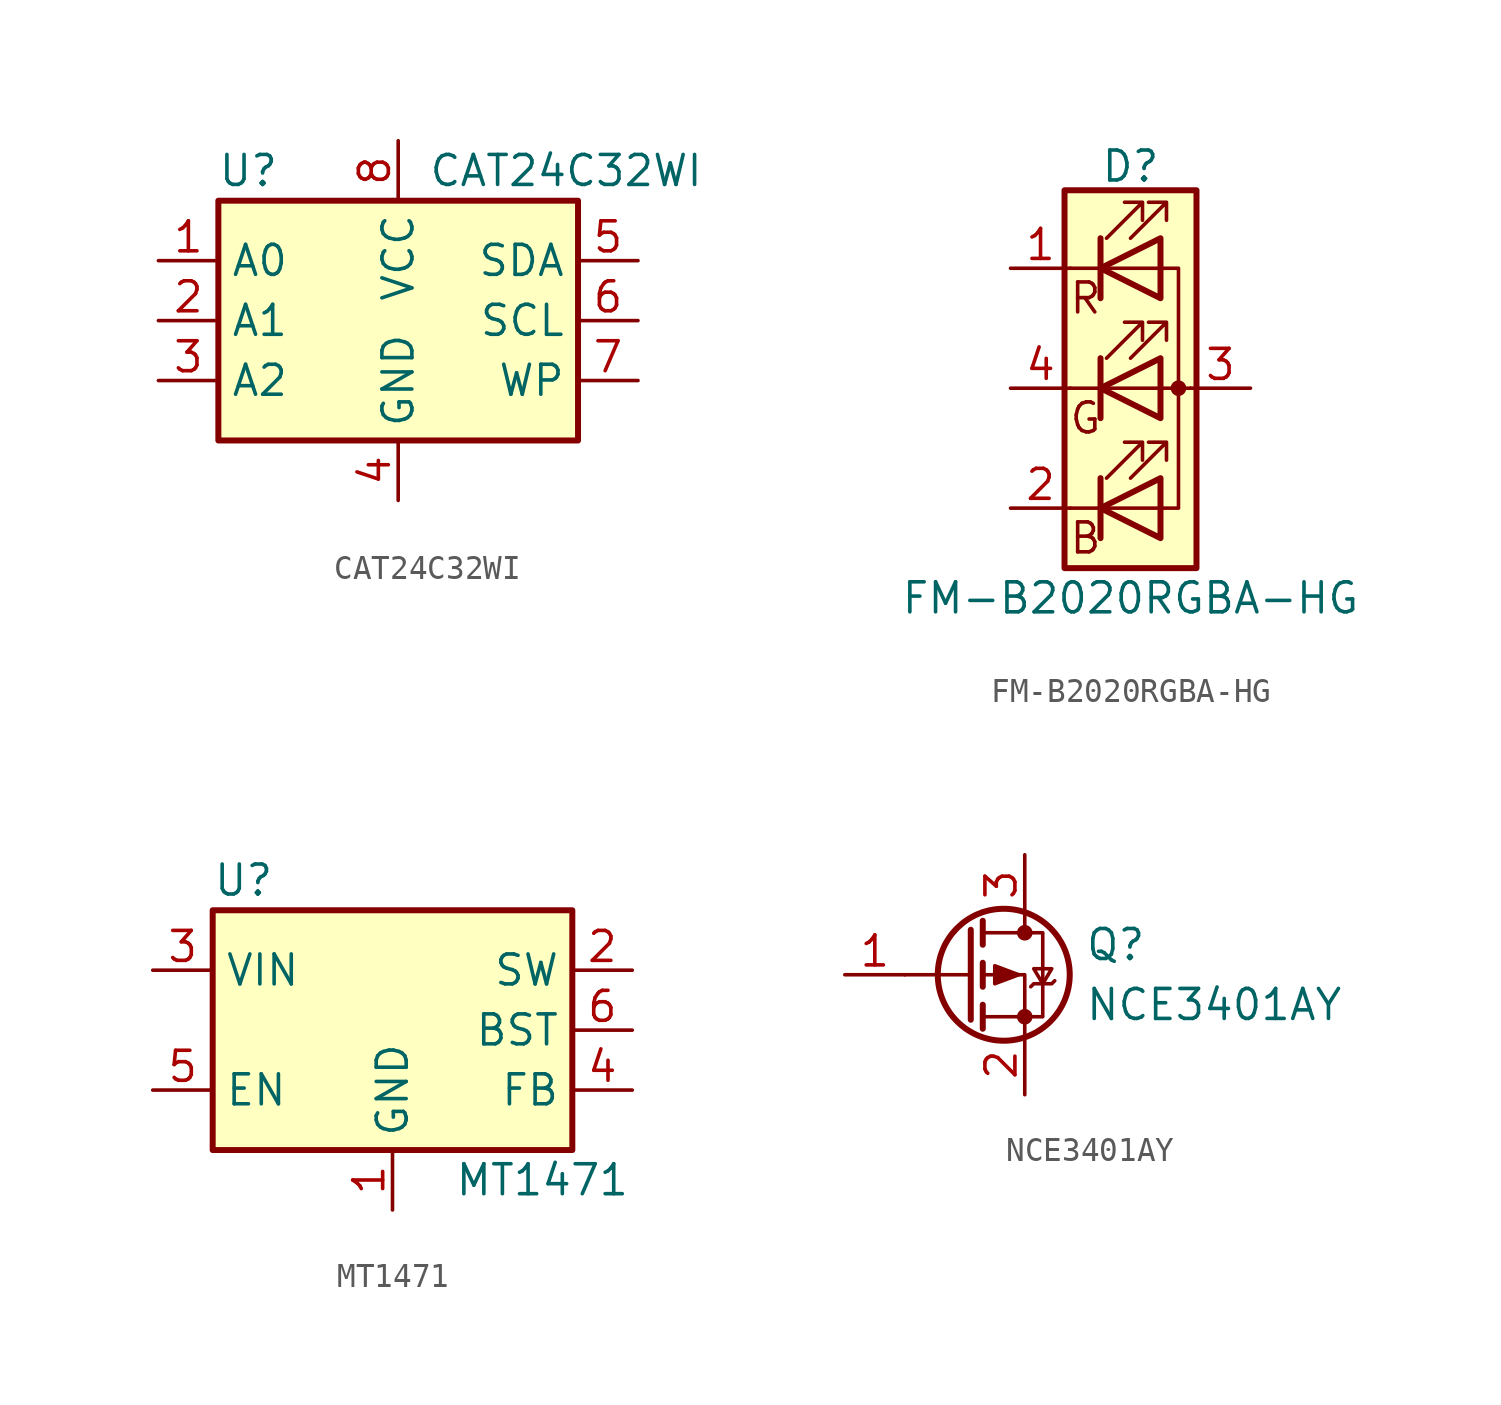
<source format=kicad_sym>
(kicad_symbol_lib
  (version 20231120)
  (generator "kicad_symbol_editor")
  (generator_version "8.0")
  (symbol "CAT24C32WI"
    (property "Reference" "U"
      (at -6.35 6.35 0)
      (effects (font (size 1.27 1.27))))
    (property "Value" "CAT24C32WI"
      (at 1.27 6.35 0)
      (effects (font (size 1.27 1.27)) (justify left)))
    (symbol "CAT24C32WI_1_1"
      (rectangle (start -7.62 5.08) (end 7.62 -5.08) (stroke (width 0.254) (type default)) (fill (type background)))
      (pin input line (at -10.16 2.54 0) (length 2.54) (name "A0" (effects (font (size 1.27 1.27)))) (number "1" (effects (font (size 1.27 1.27)))))
      (pin input line (at -10.16 0 0) (length 2.54) (name "A1" (effects (font (size 1.27 1.27)))) (number "2" (effects (font (size 1.27 1.27)))))
      (pin input line (at -10.16 -2.54 0) (length 2.54) (name "A2" (effects (font (size 1.27 1.27)))) (number "3" (effects (font (size 1.27 1.27)))))
      (pin power_in line (at 0 -7.62 90) (length 2.54) (name "GND" (effects (font (size 1.27 1.27)))) (number "4" (effects (font (size 1.27 1.27)))))
      (pin bidirectional line (at 10.16 2.54 180) (length 2.54) (name "SDA" (effects (font (size 1.27 1.27)))) (number "5" (effects (font (size 1.27 1.27)))))
      (pin input line (at 10.16 0 180) (length 2.54) (name "SCL" (effects (font (size 1.27 1.27)))) (number "6" (effects (font (size 1.27 1.27)))))
      (pin input line (at 10.16 -2.54 180) (length 2.54) (name "WP" (effects (font (size 1.27 1.27)))) (number "7" (effects (font (size 1.27 1.27)))))
      (pin power_in line (at 0 7.62 270) (length 2.54) (name "VCC" (effects (font (size 1.27 1.27)))) (number "8" (effects (font (size 1.27 1.27)))))))
  (symbol "FM-B2020RGBA-HG"
    (pin_names
      (offset 0) hide)
    (property "Reference" "D"
      (at 0 9.398 0)
      (effects (font (size 1.27 1.27))))
    (property "Value" "FM-B2020RGBA-HG"
      (at 0 -8.89 0)
      (effects (font (size 1.27 1.27))))
    (symbol "FM-B2020RGBA-HG_0_0"
      (text "B" (at -1.905 -6.35 0) (effects (font (size 1.27 1.27))))
      (text "G" (at -1.905 -1.27 0) (effects (font (size 1.27 1.27))))
      (text "R" (at -1.905 3.81 0) (effects (font (size 1.27 1.27)))))
    (symbol "FM-B2020RGBA-HG_0_1"
      (polyline (pts (xy -1.27 -5.08) (xy -2.54 -5.08)) (stroke (width 0) (type default)) (fill (type none)))
      (polyline (pts (xy -1.27 -5.08) (xy 1.27 -5.08)) (stroke (width 0) (type default)) (fill (type none)))
      (polyline (pts (xy -1.27 -3.81) (xy -1.27 -6.35)) (stroke (width 0.254) (type default)) (fill (type none)))
      (polyline (pts (xy -1.27 0) (xy -2.54 0)) (stroke (width 0) (type default)) (fill (type none)))
      (polyline (pts (xy -1.27 1.27) (xy -1.27 -1.27)) (stroke (width 0.254) (type default)) (fill (type none)))
      (polyline (pts (xy -1.27 5.08) (xy -2.54 5.08)) (stroke (width 0) (type default)) (fill (type none)))
      (polyline (pts (xy -1.27 5.08) (xy 1.27 5.08)) (stroke (width 0) (type default)) (fill (type none)))
      (polyline (pts (xy -1.27 6.35) (xy -1.27 3.81)) (stroke (width 0.254) (type default)) (fill (type none)))
      (polyline (pts (xy 1.27 0) (xy -1.27 0)) (stroke (width 0) (type default)) (fill (type none)))
      (polyline (pts (xy 1.27 0) (xy 2.54 0)) (stroke (width 0) (type default)) (fill (type none)))
      (polyline (pts (xy -1.27 1.27) (xy -1.27 -1.27) (xy -1.27 -1.27)) (stroke (width 0) (type default)) (fill (type none)))
      (polyline (pts (xy -1.27 6.35) (xy -1.27 3.81) (xy -1.27 3.81)) (stroke (width 0) (type default)) (fill (type none)))
      (polyline (pts (xy 1.27 -5.08) (xy 2.032 -5.08) (xy 2.032 5.08) (xy 1.27 5.08)) (stroke (width 0) (type default)) (fill (type none)))
      (polyline (pts (xy 1.27 -3.81) (xy 1.27 -6.35) (xy -1.27 -5.08) (xy 1.27 -3.81)) (stroke (width 0.254) (type default)) (fill (type none)))
      (polyline (pts (xy 1.27 1.27) (xy 1.27 -1.27) (xy -1.27 0) (xy 1.27 1.27)) (stroke (width 0.254) (type default)) (fill (type none)))
      (polyline (pts (xy 1.27 6.35) (xy 1.27 3.81) (xy -1.27 5.08) (xy 1.27 6.35)) (stroke (width 0.254) (type default)) (fill (type none)))
      (polyline (pts (xy -1.016 -3.81) (xy 0.508 -2.286) (xy -0.254 -2.286) (xy 0.508 -2.286) (xy 0.508 -3.048)) (stroke (width 0) (type default)) (fill (type none)))
      (polyline (pts (xy -1.016 1.27) (xy 0.508 2.794) (xy -0.254 2.794) (xy 0.508 2.794) (xy 0.508 2.032)) (stroke (width 0) (type default)) (fill (type none)))
      (polyline (pts (xy -1.016 6.35) (xy 0.508 7.874) (xy -0.254 7.874) (xy 0.508 7.874) (xy 0.508 7.112)) (stroke (width 0) (type default)) (fill (type none)))
      (polyline (pts (xy 0 -3.81) (xy 1.524 -2.286) (xy 0.762 -2.286) (xy 1.524 -2.286) (xy 1.524 -3.048)) (stroke (width 0) (type default)) (fill (type none)))
      (polyline (pts (xy 0 1.27) (xy 1.524 2.794) (xy 0.762 2.794) (xy 1.524 2.794) (xy 1.524 2.032)) (stroke (width 0) (type default)) (fill (type none)))
      (polyline (pts (xy 0 6.35) (xy 1.524 7.874) (xy 0.762 7.874) (xy 1.524 7.874) (xy 1.524 7.112)) (stroke (width 0) (type default)) (fill (type none)))
      (rectangle (start 1.27 -1.27) (end 1.27 1.27) (stroke (width 0) (type default)) (fill (type none)))
      (rectangle (start 1.27 1.27) (end 1.27 1.27) (stroke (width 0) (type default)) (fill (type none)))
      (rectangle (start 1.27 3.81) (end 1.27 6.35) (stroke (width 0) (type default)) (fill (type none)))
      (rectangle (start 1.27 6.35) (end 1.27 6.35) (stroke (width 0) (type default)) (fill (type none)))
      (circle (center 2.032 0) (radius 0.254) (stroke (width 0) (type default)) (fill (type outline)))
      (rectangle (start 2.794 8.382) (end -2.794 -7.62) (stroke (width 0.254) (type default)) (fill (type background))))
    (symbol "FM-B2020RGBA-HG_1_1"
      (pin passive line (at -5.08 5.08 0) (length 2.54) (name "RK" (effects (font (size 1.27 1.27)))) (number "1" (effects (font (size 1.27 1.27)))))
      (pin passive line (at -5.08 -5.08 0) (length 2.54) (name "BK" (effects (font (size 1.27 1.27)))) (number "2" (effects (font (size 1.27 1.27)))))
      (pin passive line (at 5.08 0 180) (length 2.54) (name "A" (effects (font (size 1.27 1.27)))) (number "3" (effects (font (size 1.27 1.27)))))
      (pin passive line (at -5.08 0 0) (length 2.54) (name "GK" (effects (font (size 1.27 1.27)))) (number "4" (effects (font (size 1.27 1.27)))))))
  (symbol "MT1471"
    (property "Reference" "U"
      (at -7.62 6.35 0)
      (effects (font (size 1.27 1.27)) (justify left)))
    (property "Value" "MT1471"
      (at 6.35 -6.35 0)
      (effects (font (size 1.27 1.27))))
    (symbol "MT1471_0_1"
      (rectangle (start -7.62 5.08) (end 7.62 -5.08) (stroke (width 0.254) (type default)) (fill (type background))))
    (symbol "MT1471_1_1"
      (pin power_in line (at 0 -7.62 90) (length 2.54) (name "GND" (effects (font (size 1.27 1.27)))) (number "1" (effects (font (size 1.27 1.27)))))
      (pin output line (at 10.16 2.54 180) (length 2.54) (name "SW" (effects (font (size 1.27 1.27)))) (number "2" (effects (font (size 1.27 1.27)))))
      (pin power_in line (at -10.16 2.54 0) (length 2.54) (name "VIN" (effects (font (size 1.27 1.27)))) (number "3" (effects (font (size 1.27 1.27)))))
      (pin input line (at 10.16 -2.54 180) (length 2.54) (name "FB" (effects (font (size 1.27 1.27)))) (number "4" (effects (font (size 1.27 1.27)))))
      (pin input line (at -10.16 -2.54 0) (length 2.54) (name "EN" (effects (font (size 1.27 1.27)))) (number "5" (effects (font (size 1.27 1.27)))))
      (pin passive line (at 10.16 0 180) (length 2.54) (name "BST" (effects (font (size 1.27 1.27)))) (number "6" (effects (font (size 1.27 1.27)))))))
  (symbol "NCE3401AY"
    (pin_names
      (offset 0) hide)
    (property "Reference" "Q"
      (at 5.08 1.27 0)
      (effects (font (size 1.27 1.27)) (justify left)))
    (property "Value" "NCE3401AY"
      (at 5.08 -1.27 0)
      (effects (font (size 1.27 1.27)) (justify left)))
    (symbol "NCE3401AY_0_1"
      (polyline (pts (xy 0.254 0) (xy -2.54 0)) (stroke (width 0) (type default)) (fill (type none)))
      (polyline (pts (xy 0.254 1.905) (xy 0.254 -1.905)) (stroke (width 0.254) (type default)) (fill (type none)))
      (polyline (pts (xy 0.762 -1.27) (xy 0.762 -2.286)) (stroke (width 0.254) (type default)) (fill (type none)))
      (polyline (pts (xy 0.762 0.508) (xy 0.762 -0.508)) (stroke (width 0.254) (type default)) (fill (type none)))
      (polyline (pts (xy 0.762 2.286) (xy 0.762 1.27)) (stroke (width 0.254) (type default)) (fill (type none)))
      (polyline (pts (xy 2.54 2.54) (xy 2.54 1.778)) (stroke (width 0) (type default)) (fill (type none)))
      (polyline (pts (xy 2.54 -2.54) (xy 2.54 0) (xy 0.762 0)) (stroke (width 0) (type default)) (fill (type none)))
      (polyline (pts (xy 0.762 1.778) (xy 3.302 1.778) (xy 3.302 -1.778) (xy 0.762 -1.778)) (stroke (width 0) (type default)) (fill (type none)))
      (polyline (pts (xy 2.286 0) (xy 1.27 0.381) (xy 1.27 -0.381) (xy 2.286 0)) (stroke (width 0) (type default)) (fill (type outline)))
      (polyline (pts (xy 2.794 -0.508) (xy 2.921 -0.381) (xy 3.683 -0.381) (xy 3.81 -0.254)) (stroke (width 0) (type default)) (fill (type none)))
      (polyline (pts (xy 3.302 -0.381) (xy 2.921 0.254) (xy 3.683 0.254) (xy 3.302 -0.381)) (stroke (width 0) (type default)) (fill (type none)))
      (circle (center 1.651 0) (radius 2.794) (stroke (width 0.254) (type default)) (fill (type none)))
      (circle (center 2.54 -1.778) (radius 0.254) (stroke (width 0) (type default)) (fill (type outline)))
      (circle (center 2.54 1.778) (radius 0.254) (stroke (width 0) (type default)) (fill (type outline))))
    (symbol "NCE3401AY_1_1"
      (pin input line (at -5.08 0 0) (length 2.54) (name "G" (effects (font (size 1.27 1.27)))) (number "1" (effects (font (size 1.27 1.27)))))
      (pin passive line (at 2.54 -5.08 90) (length 2.54) (name "S" (effects (font (size 1.27 1.27)))) (number "2" (effects (font (size 1.27 1.27)))))
      (pin passive line (at 2.54 5.08 270) (length 2.54) (name "D" (effects (font (size 1.27 1.27)))) (number "3" (effects (font (size 1.27 1.27))))))))
</source>
